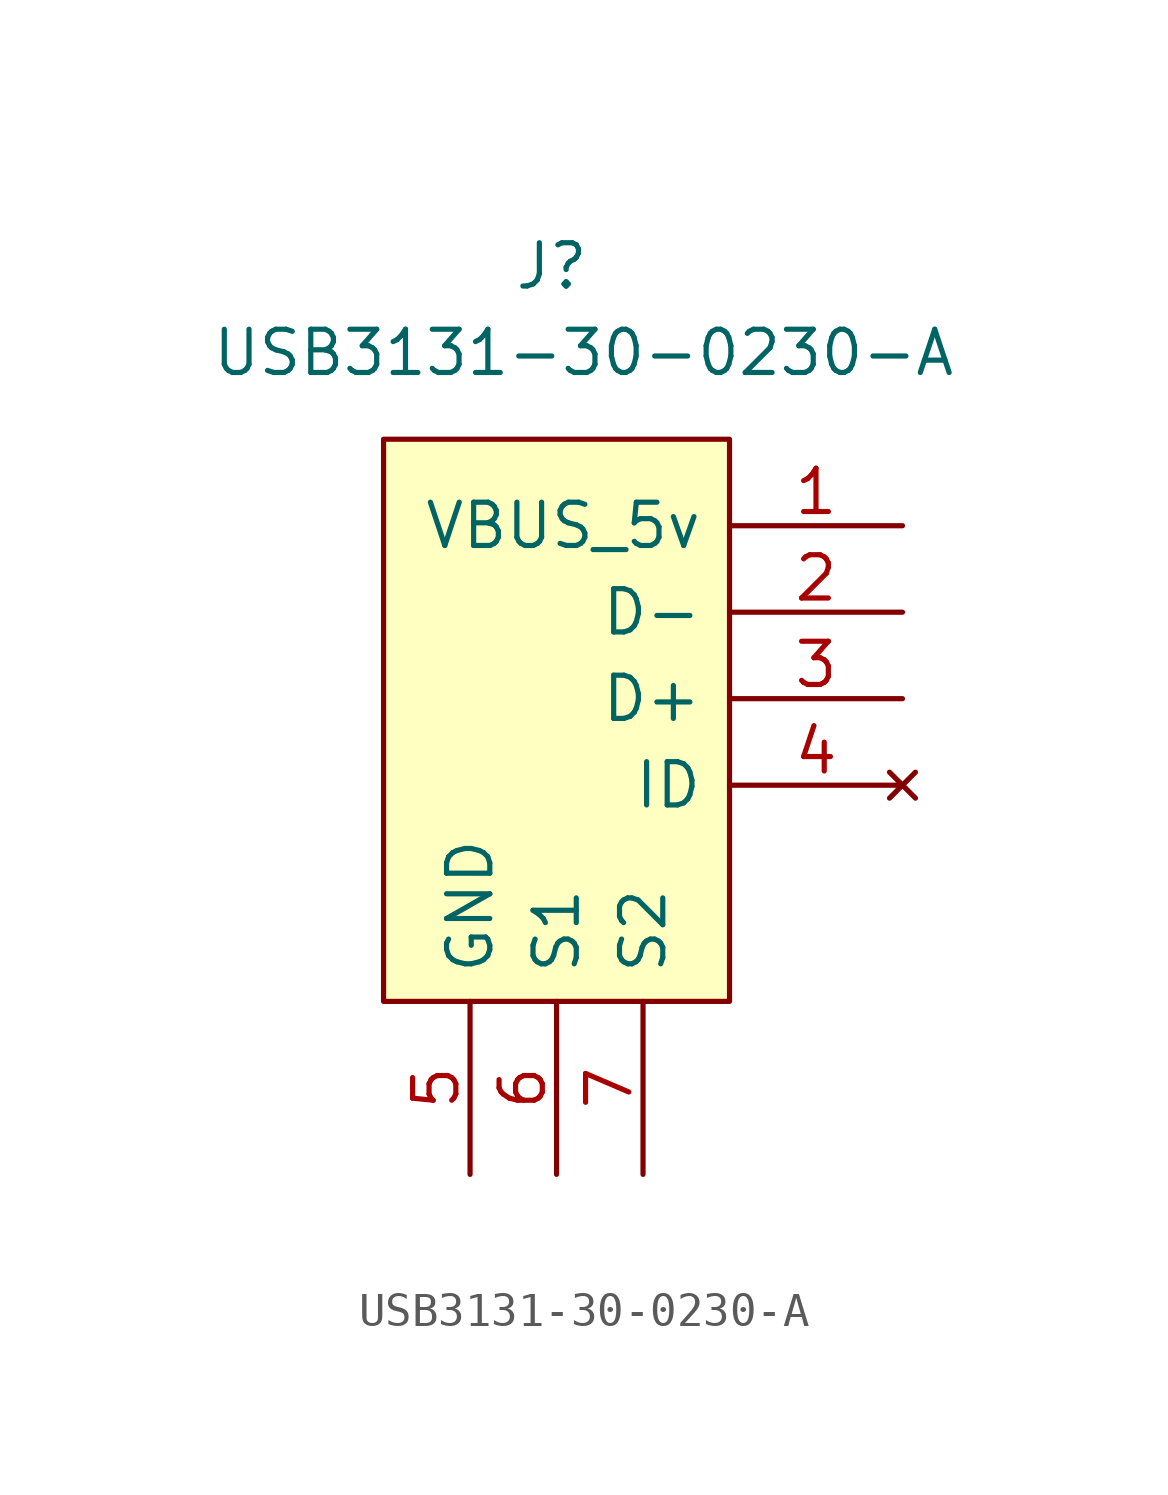
<source format=kicad_sym>
(kicad_symbol_lib
  (version 20211014)
  (generator kicad_symbol_editor)
  (symbol "USB3131-30-0230-A"
    (pin_names
      (offset 0.762))
    (property "Reference" "J"
      (at -1.27 12.7 0)
      (effects (font (size 1.27 1.27)) (justify left)))
    (property "Value" "USB3131-30-0230-A"
      (at -10.16 10.16 0)
      (effects (font (size 1.27 1.27)) (justify left)))
    (symbol "USB3131-30-0230-A_0_0"
      (pin power_out line (at 10.16 5.08 180) (length 5.08) (name "VBUS_5v" (effects (font (size 1.27 1.27)))) (number "1" (effects (font (size 1.27 1.27)))))
      (pin bidirectional line (at 10.16 2.54 180) (length 5.08) (name "D-" (effects (font (size 1.27 1.27)))) (number "2" (effects (font (size 1.27 1.27)))))
      (pin bidirectional line (at 10.16 0 180) (length 5.08) (name "D+" (effects (font (size 1.27 1.27)))) (number "3" (effects (font (size 1.27 1.27)))))
      (pin no_connect line (at 10.16 -2.54 180) (length 5.08) (name "ID" (effects (font (size 1.27 1.27)))) (number "4" (effects (font (size 1.27 1.27)))))
      (pin power_in line (at -2.54 -13.97 90) (length 5.08) (name "GND" (effects (font (size 1.27 1.27)))) (number "5" (effects (font (size 1.27 1.27)))))
      (pin passive line (at 0 -13.97 90) (length 5.08) (name "S1" (effects (font (size 1.27 1.27)))) (number "6" (effects (font (size 1.27 1.27)))))
      (pin passive line (at 2.54 -13.97 90) (length 5.08) (name "S2" (effects (font (size 1.27 1.27)))) (number "7" (effects (font (size 1.27 1.27))))))
    (symbol "USB3131-30-0230-A_0_1"
      (polyline (pts (xy -5.08 7.62) (xy 5.08 7.62) (xy 5.08 -8.89) (xy -5.08 -8.89) (xy -5.08 7.62)) (stroke (width 0.152) (type default) (color 0 0 0 0)) (fill (type background))))))
</source>
